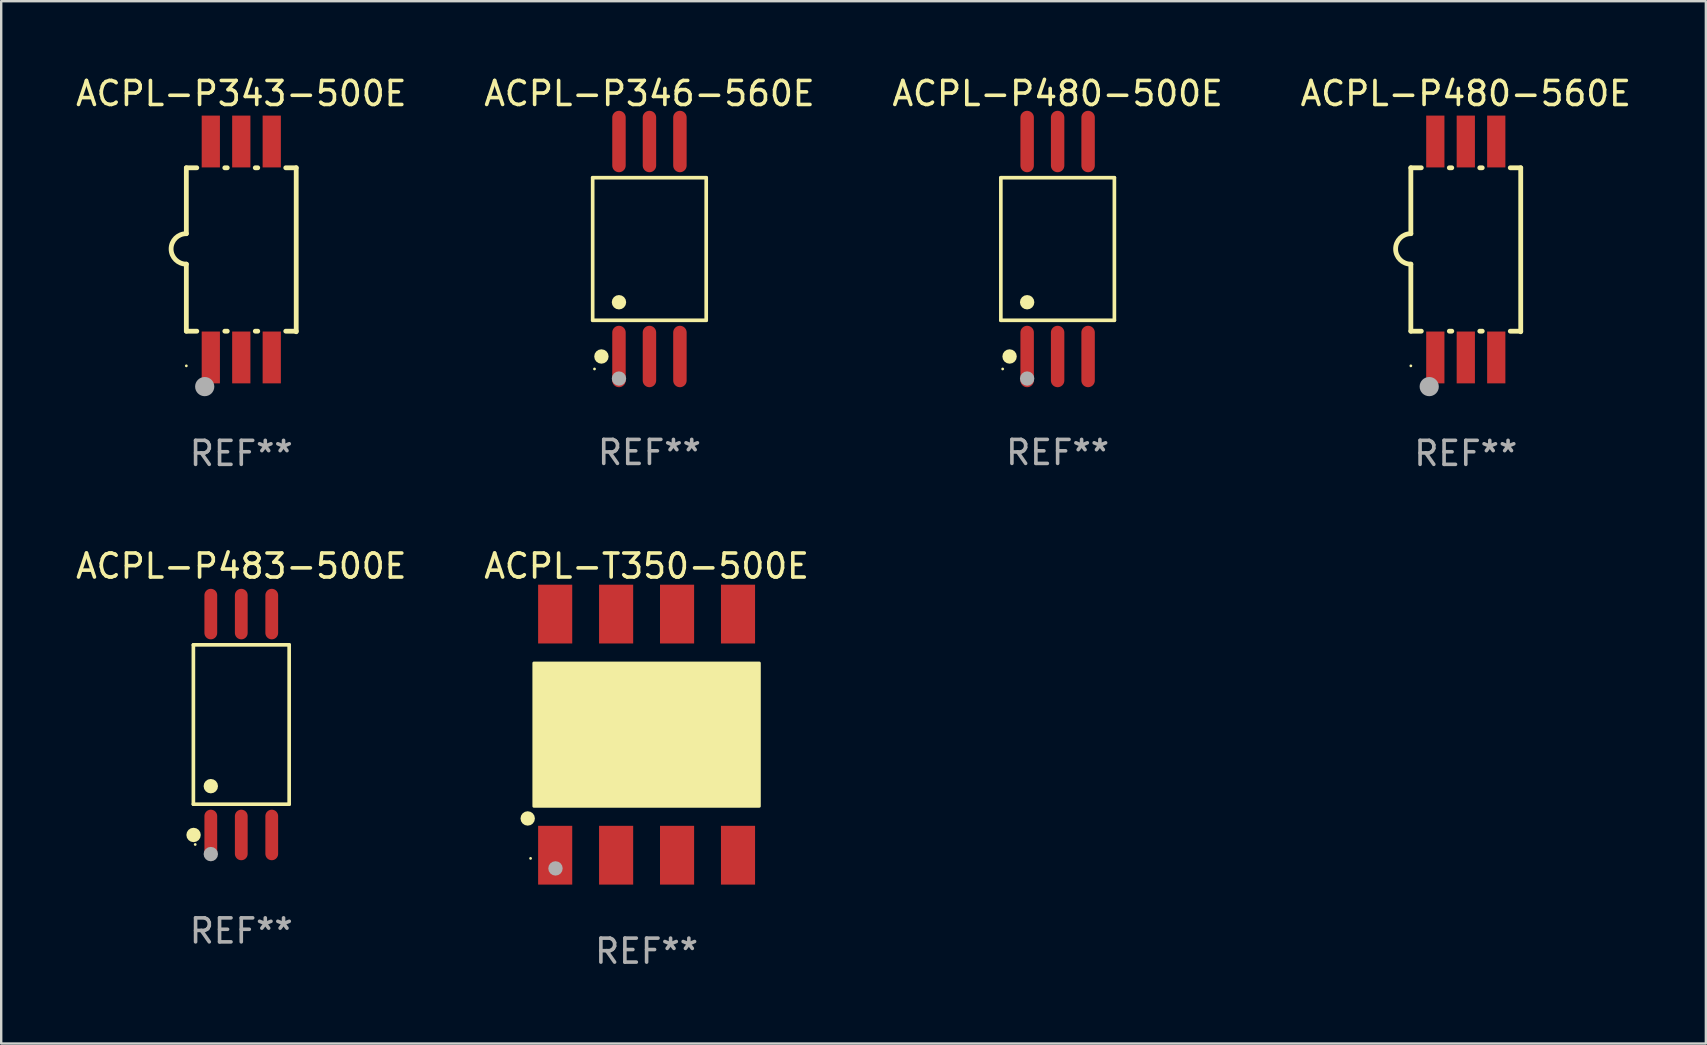
<source format=kicad_pcb>
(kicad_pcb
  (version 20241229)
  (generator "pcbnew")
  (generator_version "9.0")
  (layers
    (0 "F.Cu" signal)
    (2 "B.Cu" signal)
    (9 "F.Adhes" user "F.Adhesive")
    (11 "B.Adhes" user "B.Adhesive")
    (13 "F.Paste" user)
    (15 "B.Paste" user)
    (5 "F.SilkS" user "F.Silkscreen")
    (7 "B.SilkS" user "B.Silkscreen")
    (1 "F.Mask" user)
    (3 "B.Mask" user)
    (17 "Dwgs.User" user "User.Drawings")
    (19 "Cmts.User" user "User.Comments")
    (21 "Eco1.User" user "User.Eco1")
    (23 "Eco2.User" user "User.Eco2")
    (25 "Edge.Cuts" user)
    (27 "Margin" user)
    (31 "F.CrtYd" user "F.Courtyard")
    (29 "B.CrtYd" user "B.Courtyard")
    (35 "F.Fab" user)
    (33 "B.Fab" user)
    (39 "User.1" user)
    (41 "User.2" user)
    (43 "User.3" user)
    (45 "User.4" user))
  (footprint "ACPL-P346-560E"
    (layer "F.Cu")
    (at 24.018 7.328)
    (property "Reference" "ACPL-P346-560E" (at 0 -6.48 0) (layer "F.SilkS") (effects (font (size 1 1) (thickness 0.15))))
    (attr through_hole)
    (fp_line (start -2.366 -2.971) (end 2.366 -2.971) (stroke (width 0.152) (type solid)) (layer "F.SilkS"))
    (fp_line (start -2.366 2.971) (end -2.366 -2.971) (stroke (width 0.152) (type solid)) (layer "F.SilkS"))
    (fp_line (start 2.366 -2.971) (end 2.366 2.971) (stroke (width 0.152) (type solid)) (layer "F.SilkS"))
    (fp_line (start 2.366 2.971) (end -2.366 2.971) (stroke (width 0.152) (type solid)) (layer "F.SilkS"))
    (fp_circle (center -2.29 5) (end -2.26 5) (stroke (width 0.06) (type solid)) (fill no) (layer "F.SilkS"))
    (fp_circle (center -2.002 4.48) (end -1.852 4.48) (stroke (width 0.3) (type solid)) (fill no) (layer "F.SilkS"))
    (fp_circle (center -1.27 2.219) (end -1.12 2.219) (stroke (width 0.3) (type solid)) (fill no) (layer "F.SilkS"))
    (fp_circle (center -1.27 5.4) (end -1.12 5.4) (stroke (width 0.3) (type solid)) (fill no) (layer "F.Fab"))
    (fp_text user "REF**" (at 0 8.48 0) (layer "F.Fab") (effects (font (size 1 1) (thickness 0.15))))
    (pad "1" smd oval (at -1.27 4.48) (size 0.56 2.56) (layers "F.Cu" "F.Mask" "F.Paste"))
    (pad "2" smd oval (at 0 4.48) (size 0.56 2.56) (layers "F.Cu" "F.Mask" "F.Paste"))
    (pad "3" smd oval (at 1.27 4.48) (size 0.56 2.56) (layers "F.Cu" "F.Mask" "F.Paste"))
    (pad "4" smd oval (at 1.27 -4.48) (size 0.56 2.56) (layers "F.Cu" "F.Mask" "F.Paste"))
    (pad "5" smd oval (at 0 -4.48) (size 0.56 2.56) (layers "F.Cu" "F.Mask" "F.Paste"))
    (pad "6" smd oval (at -1.27 -4.48) (size 0.56 2.56) (layers "F.Cu" "F.Mask" "F.Paste")))
  (footprint "ACPL-P480-500E"
    (layer "F.Cu")
    (at 41.03 7.328)
    (property "Reference" "ACPL-P480-500E" (at 0 -6.48 0) (layer "F.SilkS") (effects (font (size 1 1) (thickness 0.15))))
    (attr through_hole)
    (fp_line (start -2.366 -2.971) (end 2.366 -2.971) (stroke (width 0.152) (type solid)) (layer "F.SilkS"))
    (fp_line (start -2.366 2.971) (end -2.366 -2.971) (stroke (width 0.152) (type solid)) (layer "F.SilkS"))
    (fp_line (start 2.366 -2.971) (end 2.366 2.971) (stroke (width 0.152) (type solid)) (layer "F.SilkS"))
    (fp_line (start 2.366 2.971) (end -2.366 2.971) (stroke (width 0.152) (type solid)) (layer "F.SilkS"))
    (fp_circle (center -2.29 5) (end -2.26 5) (stroke (width 0.06) (type solid)) (fill no) (layer "F.SilkS"))
    (fp_circle (center -2.002 4.48) (end -1.852 4.48) (stroke (width 0.3) (type solid)) (fill no) (layer "F.SilkS"))
    (fp_circle (center -1.27 2.219) (end -1.12 2.219) (stroke (width 0.3) (type solid)) (fill no) (layer "F.SilkS"))
    (fp_circle (center -1.27 5.4) (end -1.12 5.4) (stroke (width 0.3) (type solid)) (fill no) (layer "F.Fab"))
    (fp_text user "REF**" (at 0 8.48 0) (layer "F.Fab") (effects (font (size 1 1) (thickness 0.15))))
    (pad "1" smd oval (at -1.27 4.48) (size 0.56 2.56) (layers "F.Cu" "F.Mask" "F.Paste"))
    (pad "2" smd oval (at 0 4.48) (size 0.56 2.56) (layers "F.Cu" "F.Mask" "F.Paste"))
    (pad "3" smd oval (at 1.27 4.48) (size 0.56 2.56) (layers "F.Cu" "F.Mask" "F.Paste"))
    (pad "4" smd oval (at 1.27 -4.48) (size 0.56 2.56) (layers "F.Cu" "F.Mask" "F.Paste"))
    (pad "5" smd oval (at 0 -4.48) (size 0.56 2.56) (layers "F.Cu" "F.Mask" "F.Paste"))
    (pad "6" smd oval (at -1.27 -4.48) (size 0.56 2.56) (layers "F.Cu" "F.Mask" "F.Paste")))
  (footprint "ACPL-P483-500E"
    (layer "F.Cu")
    (at 7.006 27.147)
    (property "Reference" "ACPL-P483-500E" (at 0 -6.603 0) (layer "F.SilkS") (effects (font (size 1 1) (thickness 0.15))))
    (attr through_hole)
    (fp_line (start -1.996 -3.321) (end 1.996 -3.321) (stroke (width 0.152) (type solid)) (layer "F.SilkS"))
    (fp_line (start -1.996 3.321) (end -1.996 -3.321) (stroke (width 0.152) (type solid)) (layer "F.SilkS"))
    (fp_line (start 1.996 -3.321) (end 1.996 3.321) (stroke (width 0.152) (type solid)) (layer "F.SilkS"))
    (fp_line (start 1.996 3.321) (end -1.996 3.321) (stroke (width 0.152) (type solid)) (layer "F.SilkS"))
    (fp_circle (center -1.988 4.603) (end -1.838 4.603) (stroke (width 0.3) (type solid)) (fill no) (layer "F.SilkS"))
    (fp_circle (center -1.92 5) (end -1.89 5) (stroke (width 0.06) (type solid)) (fill no) (layer "F.SilkS"))
    (fp_circle (center -1.27 2.569) (end -1.12 2.569) (stroke (width 0.3) (type solid)) (fill no) (layer "F.SilkS"))
    (fp_circle (center -1.27 5.4) (end -1.12 5.4) (stroke (width 0.3) (type solid)) (fill no) (layer "F.Fab"))
    (fp_text user "REF**" (at 0 8.603 0) (layer "F.Fab") (effects (font (size 1 1) (thickness 0.15))))
    (pad "1" smd oval (at -1.27 4.603) (size 0.532 2.106) (layers "F.Cu" "F.Mask" "F.Paste"))
    (pad "2" smd oval (at 0 4.603) (size 0.532 2.106) (layers "F.Cu" "F.Mask" "F.Paste"))
    (pad "3" smd oval (at 1.27 4.603) (size 0.532 2.106) (layers "F.Cu" "F.Mask" "F.Paste"))
    (pad "4" smd oval (at 1.27 -4.603) (size 0.532 2.106) (layers "F.Cu" "F.Mask" "F.Paste"))
    (pad "5" smd oval (at 0 -4.603) (size 0.532 2.106) (layers "F.Cu" "F.Mask" "F.Paste"))
    (pad "6" smd oval (at -1.27 -4.603) (size 0.532 2.106) (layers "F.Cu" "F.Mask" "F.Paste")))
  (footprint "ACPL-T350-500E"
    (layer "F.Cu")
    (at 23.899 27.569)
    (property "Reference" "ACPL-T350-500E" (at 0 -7.025 0) (layer "F.SilkS") (effects (font (size 1 1) (thickness 0.15))))
    (attr through_hole)
    (fp_circle (center -4.955 3.493) (end -4.805 3.493) (stroke (width 0.3) (type solid)) (fill no) (layer "F.SilkS"))
    (fp_circle (center -4.835 5.157) (end -4.805 5.157) (stroke (width 0.06) (type solid)) (fill no) (layer "F.SilkS"))
    (fp_poly (pts (xy -4.699 -2.985) (xy 4.699 -2.985) (xy 4.699 2.985) (xy -4.699 2.985)) (stroke (width 0.12) (type solid)) (fill yes) (layer "F.SilkS"))
    (fp_circle (center -3.797 5.575) (end -3.647 5.575) (stroke (width 0.3) (type solid)) (fill no) (layer "F.Fab"))
    (fp_text user "REF**" (at 0 9.025 0) (layer "F.Fab") (effects (font (size 1 1) (thickness 0.15))))
    (pad "1" smd rect (at -3.81 5.025) (size 1.422 2.45) (layers "F.Cu" "F.Mask" "F.Paste"))
    (pad "2" smd rect (at -1.27 5.025) (size 1.422 2.45) (layers "F.Cu" "F.Mask" "F.Paste"))
    (pad "3" smd rect (at 1.27 5.025) (size 1.422 2.45) (layers "F.Cu" "F.Mask" "F.Paste"))
    (pad "4" smd rect (at 3.81 5.025) (size 1.422 2.45) (layers "F.Cu" "F.Mask" "F.Paste"))
    (pad "5" smd rect (at 3.81 -5.025) (size 1.422 2.45) (layers "F.Cu" "F.Mask" "F.Paste"))
    (pad "6" smd rect (at 1.27 -5.025) (size 1.422 2.45) (layers "F.Cu" "F.Mask" "F.Paste"))
    (pad "7" smd rect (at -1.27 -5.025) (size 1.422 2.45) (layers "F.Cu" "F.Mask" "F.Paste"))
    (pad "8" smd rect (at -3.81 -5.025) (size 1.422 2.45) (layers "F.Cu" "F.Mask" "F.Paste")))
  (footprint "ACPL-P343-500E"
    (layer "F.Cu")
    (at 7.006 7.348)
    (property "Reference" "ACPL-P343-500E" (at 0 -6.5 0) (layer "F.SilkS") (effects (font (size 1 1) (thickness 0.15))))
    (attr through_hole)
    (fp_line (start -2.29 -3.405) (end -1.854 -3.405) (stroke (width 0.2) (type solid)) (layer "F.SilkS"))
    (fp_line (start -2.29 -0.659) (end -2.29 -3.405) (stroke (width 0.2) (type solid)) (layer "F.SilkS"))
    (fp_line (start -2.29 0.611) (end -2.29 3.405) (stroke (width 0.2) (type solid)) (layer "F.SilkS"))
    (fp_line (start -2.29 3.405) (end -1.853 3.405) (stroke (width 0.2) (type solid)) (layer "F.SilkS"))
    (fp_line (start -0.687 -3.405) (end -0.584 -3.405) (stroke (width 0.2) (type solid)) (layer "F.SilkS"))
    (fp_line (start -0.686 3.405) (end -0.583 3.405) (stroke (width 0.2) (type solid)) (layer "F.SilkS"))
    (fp_line (start 0.583 -3.405) (end 0.686 -3.405) (stroke (width 0.2) (type solid)) (layer "F.SilkS"))
    (fp_line (start 0.584 3.405) (end 0.687 3.405) (stroke (width 0.2) (type solid)) (layer "F.SilkS"))
    (fp_line (start 1.853 -3.405) (end 2.29 -3.405) (stroke (width 0.2) (type solid)) (layer "F.SilkS"))
    (fp_line (start 1.854 3.405) (end 2.29 3.405) (stroke (width 0.2) (type solid)) (layer "F.SilkS"))
    (fp_line (start 2.29 -3.405) (end 2.29 3.429) (stroke (width 0.2) (type solid)) (layer "F.SilkS"))
    (fp_arc (start -2.289916 0.611125) (mid -2.924917 -0.023876) (end -2.289916 -0.658877) (stroke (width 0.199898) (type solid)) (layer "F.SilkS"))
    (fp_circle (center -2.29 4.85) (end -2.26 4.85) (stroke (width 0.06) (type solid)) (fill no) (layer "F.SilkS"))
    (fp_circle (center -1.524 5.715) (end -1.324 5.715) (stroke (width 0.4) (type solid)) (fill no) (layer "F.Fab"))
    (fp_text user "REF**" (at 0 8.5 0) (layer "F.Fab") (effects (font (size 1 1) (thickness 0.15))))
    (pad "1" smd rect (at -1.27 4.5 90) (size 2.16 0.76) (layers "F.Cu" "F.Mask" "F.Paste"))
    (pad "2" smd rect (at 0.000152 4.5 90) (size 2.16 0.76) (layers "F.Cu" "F.Mask" "F.Paste"))
    (pad "3" smd rect (at 1.27 4.5 90) (size 2.16 0.76) (layers "F.Cu" "F.Mask" "F.Paste"))
    (pad "4" smd rect (at 1.27 -4.5 90) (size 2.16 0.76) (layers "F.Cu" "F.Mask" "F.Paste"))
    (pad "5" smd rect (at 0.000152 -4.5 90) (size 2.16 0.76) (layers "F.Cu" "F.Mask" "F.Paste"))
    (pad "6" smd rect (at -1.27 -4.5 90) (size 2.16 0.76) (layers "F.Cu" "F.Mask" "F.Paste")))
  (footprint "ACPL-P480-560E"
    (layer "F.Cu")
    (at 58.042 7.348)
    (property "Reference" "ACPL-P480-560E" (at 0 -6.5 0) (layer "F.SilkS") (effects (font (size 1 1) (thickness 0.15))))
    (attr through_hole)
    (fp_line (start -2.29 -3.405) (end -1.854 -3.405) (stroke (width 0.2) (type solid)) (layer "F.SilkS"))
    (fp_line (start -2.29 -0.659) (end -2.29 -3.405) (stroke (width 0.2) (type solid)) (layer "F.SilkS"))
    (fp_line (start -2.29 0.611) (end -2.29 3.405) (stroke (width 0.2) (type solid)) (layer "F.SilkS"))
    (fp_line (start -2.29 3.405) (end -1.853 3.405) (stroke (width 0.2) (type solid)) (layer "F.SilkS"))
    (fp_line (start -0.687 -3.405) (end -0.584 -3.405) (stroke (width 0.2) (type solid)) (layer "F.SilkS"))
    (fp_line (start -0.686 3.405) (end -0.583 3.405) (stroke (width 0.2) (type solid)) (layer "F.SilkS"))
    (fp_line (start 0.583 -3.405) (end 0.686 -3.405) (stroke (width 0.2) (type solid)) (layer "F.SilkS"))
    (fp_line (start 0.584 3.405) (end 0.687 3.405) (stroke (width 0.2) (type solid)) (layer "F.SilkS"))
    (fp_line (start 1.853 -3.405) (end 2.29 -3.405) (stroke (width 0.2) (type solid)) (layer "F.SilkS"))
    (fp_line (start 1.854 3.405) (end 2.29 3.405) (stroke (width 0.2) (type solid)) (layer "F.SilkS"))
    (fp_line (start 2.29 -3.405) (end 2.29 3.429) (stroke (width 0.2) (type solid)) (layer "F.SilkS"))
    (fp_arc (start -2.289916 0.611125) (mid -2.924917 -0.023876) (end -2.289916 -0.658877) (stroke (width 0.199898) (type solid)) (layer "F.SilkS"))
    (fp_circle (center -2.29 4.85) (end -2.26 4.85) (stroke (width 0.06) (type solid)) (fill no) (layer "F.SilkS"))
    (fp_circle (center -1.524 5.715) (end -1.324 5.715) (stroke (width 0.4) (type solid)) (fill no) (layer "F.Fab"))
    (fp_text user "REF**" (at 0 8.5 0) (layer "F.Fab") (effects (font (size 1 1) (thickness 0.15))))
    (pad "1" smd rect (at -1.27 4.5 90) (size 2.16 0.76) (layers "F.Cu" "F.Mask" "F.Paste"))
    (pad "2" smd rect (at 0.000152 4.5 90) (size 2.16 0.76) (layers "F.Cu" "F.Mask" "F.Paste"))
    (pad "3" smd rect (at 1.27 4.5 90) (size 2.16 0.76) (layers "F.Cu" "F.Mask" "F.Paste"))
    (pad "4" smd rect (at 1.27 -4.5 90) (size 2.16 0.76) (layers "F.Cu" "F.Mask" "F.Paste"))
    (pad "5" smd rect (at 0.000152 -4.5 90) (size 2.16 0.76) (layers "F.Cu" "F.Mask" "F.Paste"))
    (pad "6" smd rect (at -1.27 -4.5 90) (size 2.16 0.76) (layers "F.Cu" "F.Mask" "F.Paste")))
  (gr_rect
    (start -3 -3)
    (end 68.048 40.443)
    (stroke (width 0.1) (type default))
    (fill no)
    (layer "Edge.Cuts")))
</source>
